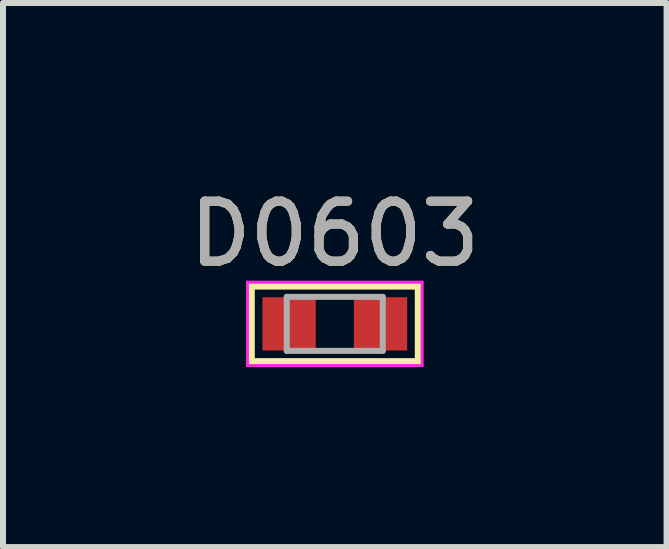
<source format=kicad_pcb>
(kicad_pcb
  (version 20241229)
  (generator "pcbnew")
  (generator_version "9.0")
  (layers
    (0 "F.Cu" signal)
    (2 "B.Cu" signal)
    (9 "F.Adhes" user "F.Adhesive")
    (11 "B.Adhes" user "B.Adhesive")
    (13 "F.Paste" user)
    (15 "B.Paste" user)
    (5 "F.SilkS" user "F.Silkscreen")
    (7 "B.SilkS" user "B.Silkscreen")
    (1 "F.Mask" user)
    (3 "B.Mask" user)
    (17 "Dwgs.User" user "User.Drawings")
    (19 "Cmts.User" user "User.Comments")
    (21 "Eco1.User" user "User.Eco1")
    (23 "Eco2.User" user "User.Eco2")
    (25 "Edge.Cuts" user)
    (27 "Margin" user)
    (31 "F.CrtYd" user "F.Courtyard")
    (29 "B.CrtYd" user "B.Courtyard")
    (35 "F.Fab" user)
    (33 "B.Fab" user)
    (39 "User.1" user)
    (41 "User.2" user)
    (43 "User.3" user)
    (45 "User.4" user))
  (footprint "D0603"
    (layer "F.Cu")
    (at 2.53 2.348)
    (property "Reference" "D0603" (at 0 -1.5 180) (layer "F.SilkS") (effects (font (size 1 1) (thickness 0.15))))
    (attr smd)
    (fp_line (start -1.397 -0.635) (end 1.397 -0.635) (stroke (width 0.127) (type solid)) (layer "F.SilkS"))
    (fp_line (start -1.397 0.635) (end -1.397 -0.635) (stroke (width 0.127) (type solid)) (layer "F.SilkS"))
    (fp_line (start 1.397 -0.635) (end 1.397 0.635) (stroke (width 0.127) (type solid)) (layer "F.SilkS"))
    (fp_line (start 1.397 0.635) (end -1.397 0.635) (stroke (width 0.127) (type solid)) (layer "F.SilkS"))
    (fp_line (start -1.456 -0.695) (end 1.456 -0.695) (stroke (width 0.05) (type solid)) (layer "F.CrtYd"))
    (fp_line (start -1.456 0.695) (end -1.456 -0.695) (stroke (width 0.05) (type solid)) (layer "F.CrtYd"))
    (fp_line (start 1.456 -0.695) (end 1.456 0.695) (stroke (width 0.05) (type solid)) (layer "F.CrtYd"))
    (fp_line (start 1.456 0.695) (end -1.456 0.695) (stroke (width 0.05) (type solid)) (layer "F.CrtYd"))
    (fp_line (start -0.8 -0.45) (end 0.8 -0.45) (stroke (width 0.1) (type solid)) (layer "F.Fab"))
    (fp_line (start -0.8 0.45) (end -0.8 -0.45) (stroke (width 0.1) (type solid)) (layer "F.Fab"))
    (fp_line (start 0.8 -0.45) (end 0.8 0.45) (stroke (width 0.1) (type solid)) (layer "F.Fab"))
    (fp_line (start 0.8 0.45) (end -0.8 0.45) (stroke (width 0.1) (type solid)) (layer "F.Fab"))
    (fp_text user "${REFERENCE}" (at 0 -1.5 0) (layer "F.Fab") (effects (font (size 1 1) (thickness 0.15))))
    (pad "1" smd rect (at -0.762 0) (size 0.889 0.889) (layers "F.Cu" "F.Mask" "F.Paste"))
    (pad "2" smd rect (at 0.762 0) (size 0.889 0.889) (layers "F.Cu" "F.Mask" "F.Paste")))
  (gr_rect
    (start -3 -3)
    (end 8.06 6.068)
    (stroke (width 0.1) (type default))
    (fill no)
    (layer "Edge.Cuts")))
</source>
